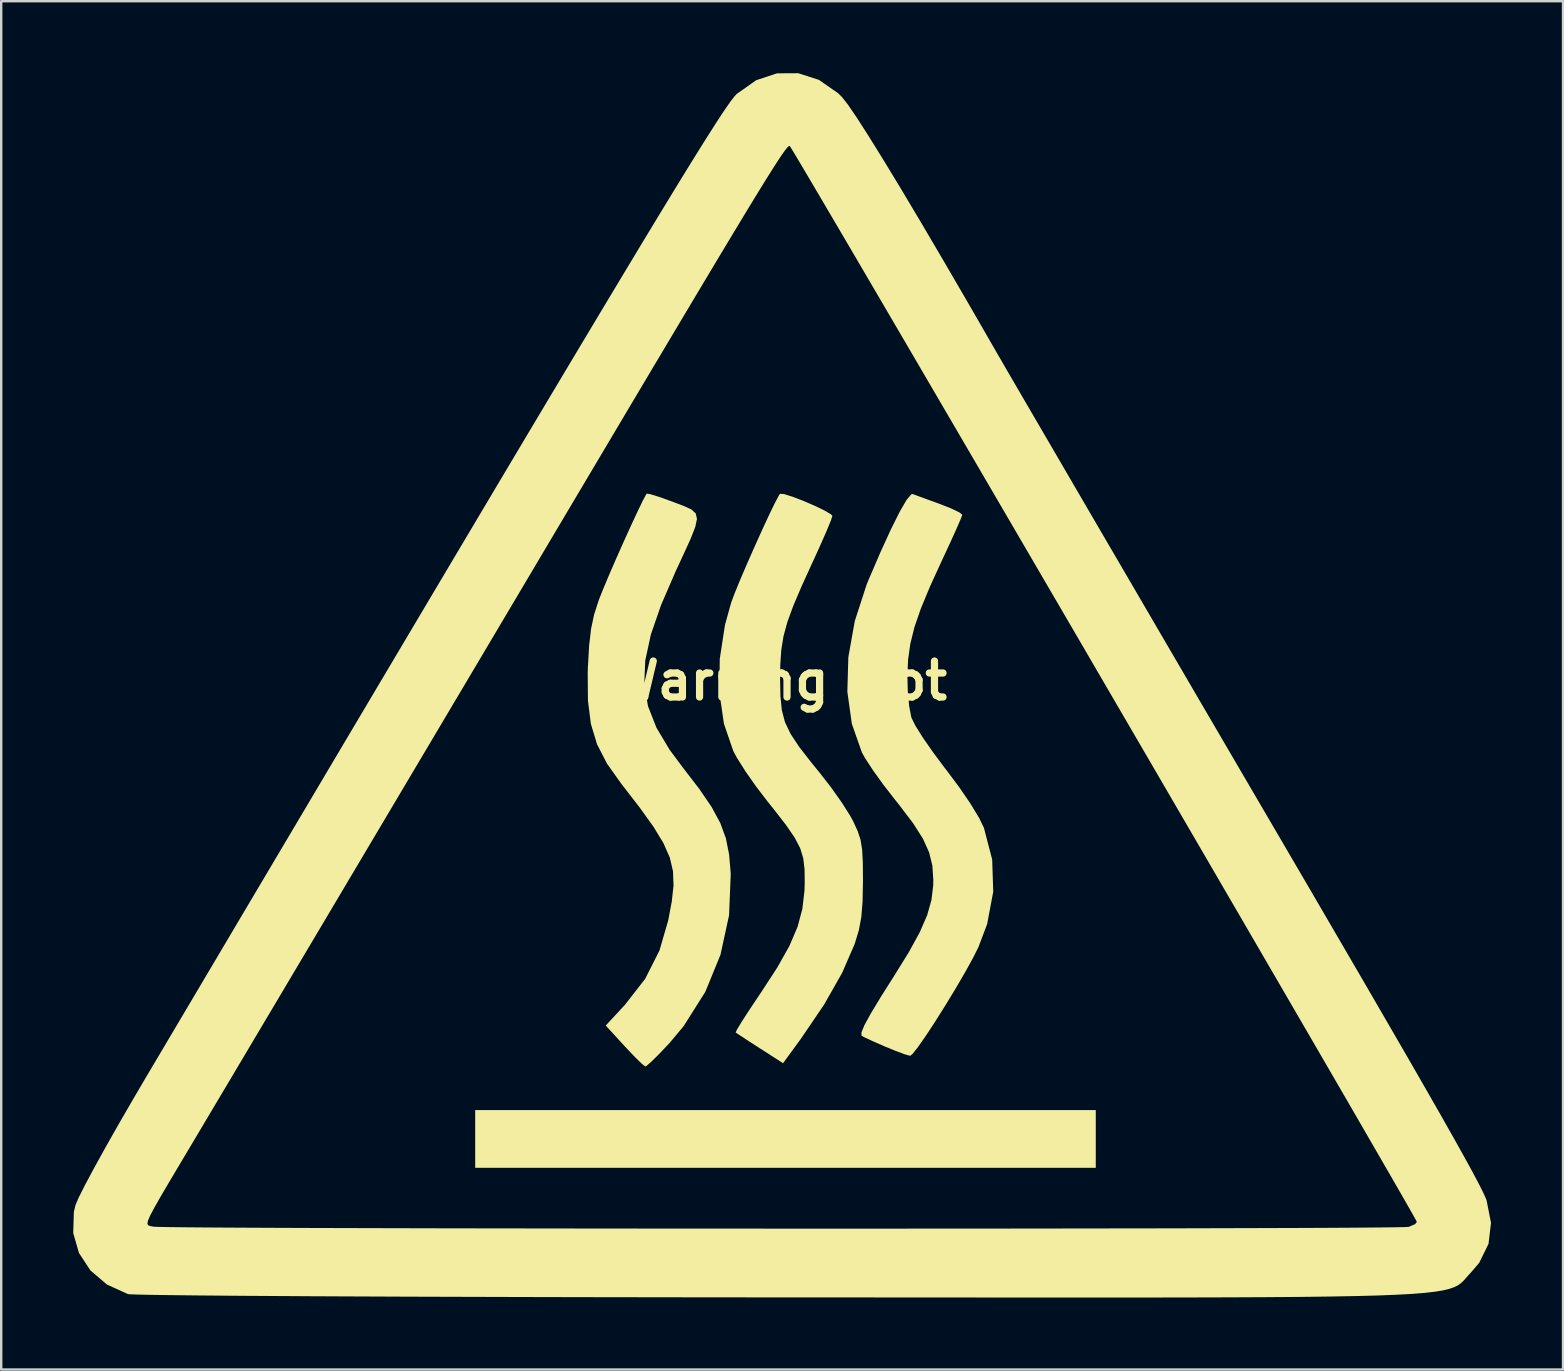
<source format=kicad_pcb>
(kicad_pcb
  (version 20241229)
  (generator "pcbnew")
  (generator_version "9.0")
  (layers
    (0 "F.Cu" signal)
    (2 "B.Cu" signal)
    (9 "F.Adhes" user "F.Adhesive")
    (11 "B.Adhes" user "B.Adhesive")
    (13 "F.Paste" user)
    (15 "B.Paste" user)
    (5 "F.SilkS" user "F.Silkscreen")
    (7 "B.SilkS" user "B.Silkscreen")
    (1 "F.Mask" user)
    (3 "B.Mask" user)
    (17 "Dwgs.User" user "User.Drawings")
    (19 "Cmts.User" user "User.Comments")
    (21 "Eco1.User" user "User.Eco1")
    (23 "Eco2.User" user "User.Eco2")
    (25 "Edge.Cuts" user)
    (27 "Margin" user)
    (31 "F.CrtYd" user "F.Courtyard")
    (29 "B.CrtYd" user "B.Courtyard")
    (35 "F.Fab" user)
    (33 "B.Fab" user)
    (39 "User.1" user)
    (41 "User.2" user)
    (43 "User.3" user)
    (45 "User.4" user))
  (footprint "Warning Hot"
    (layer "F.Cu")
    (at 29.52 25.307)
    (property "Reference" "Warning Hot" (at 0 0 0) (layer "F.SilkS") (effects (font (size 1.5 1.5) (thickness 0.3))))
    (attr board_only exclude_from_pos_files exclude_from_bom)
    (fp_poly (pts (xy 13.076 19.088) (xy 13.076 20.29) (xy 0.15 20.29) (xy -12.775 20.29) (xy -12.775 19.088) (xy -12.775 17.885) (xy 0.15 17.885) (xy 13.076 17.885)) (stroke (width 0) (type solid)) (fill yes) (layer "F.SilkS"))
    (fp_poly (pts (xy -5.476 -7.77) (xy -5.114 -7.658) (xy -4.616 -7.48) (xy -4.504 -7.438) (xy -4.07 -7.273) (xy -3.765 -7.132) (xy -3.588 -6.969) (xy -3.536 -6.74) (xy -3.609 -6.399) (xy -3.805 -5.903) (xy -4.123 -5.206) (xy -4.413 -4.584) (xy -5.03 -3.159) (xy -5.457 -1.925) (xy -5.691 -0.839) (xy -5.732 0.142) (xy -5.577 1.059) (xy -5.225 1.957) (xy -4.675 2.877) (xy -4.132 3.607) (xy -3.437 4.511) (xy -2.924 5.263) (xy -2.566 5.926) (xy -2.333 6.562) (xy -2.198 7.233) (xy -2.133 8.003) (xy -2.13 8.059) (xy -2.2 9.772) (xy -2.557 11.415) (xy -3.19 12.962) (xy -4.09 14.386) (xy -4.669 15.079) (xy -5.085 15.52) (xy -5.426 15.859) (xy -5.642 16.047) (xy -5.687 16.069) (xy -5.829 15.96) (xy -6.115 15.682) (xy -6.487 15.291) (xy -6.562 15.21) (xy -7.337 14.363) (xy -6.538 13.501) (xy -5.695 12.419) (xy -5.1 11.24) (xy -4.736 9.992) (xy -4.586 9.2) (xy -4.513 8.532) (xy -4.535 7.936) (xy -4.669 7.364) (xy -4.933 6.766) (xy -5.343 6.091) (xy -5.916 5.292) (xy -6.669 4.317) (xy -6.695 4.283) (xy -7.286 3.451) (xy -7.699 2.648) (xy -7.956 1.798) (xy -8.079 0.826) (xy -8.088 -0.345) (xy -8.08 -0.575) (xy -8.028 -1.471) (xy -7.947 -2.166) (xy -7.821 -2.757) (xy -7.632 -3.344) (xy -7.614 -3.393) (xy -7.442 -3.826) (xy -7.197 -4.408) (xy -6.905 -5.081) (xy -6.592 -5.786) (xy -6.283 -6.465) (xy -6.006 -7.06) (xy -5.787 -7.513) (xy -5.651 -7.766) (xy -5.631 -7.794)) (stroke (width 0) (type solid)) (fill yes) (layer "F.SilkS"))
    (fp_poly (pts (xy 5.68 -7.691) (xy 6.099 -7.538) (xy 6.575 -7.365) (xy 7.051 -7.177) (xy 7.389 -7.015) (xy 7.515 -6.916) (xy 7.454 -6.746) (xy 7.288 -6.36) (xy 7.041 -5.814) (xy 6.738 -5.161) (xy 6.698 -5.076) (xy 6.18 -3.946) (xy 5.794 -3.018) (xy 5.524 -2.237) (xy 5.351 -1.542) (xy 5.258 -0.878) (xy 5.228 -0.218) (xy 5.246 0.44) (xy 5.303 1.055) (xy 5.388 1.506) (xy 5.4 1.545) (xy 5.56 1.87) (xy 5.87 2.364) (xy 6.286 2.964) (xy 6.766 3.608) (xy 6.851 3.717) (xy 7.387 4.434) (xy 7.859 5.125) (xy 8.22 5.722) (xy 8.417 6.128) (xy 8.761 7.45) (xy 8.805 8.789) (xy 8.551 10.136) (xy 8.188 11.097) (xy 7.95 11.571) (xy 7.62 12.167) (xy 7.23 12.835) (xy 6.809 13.527) (xy 6.39 14.193) (xy 6.002 14.784) (xy 5.676 15.251) (xy 5.444 15.546) (xy 5.345 15.625) (xy 5.132 15.566) (xy 4.734 15.418) (xy 4.283 15.233) (xy 3.812 15.027) (xy 3.464 14.866) (xy 3.32 14.789) (xy 3.315 14.648) (xy 3.444 14.338) (xy 3.717 13.841) (xy 4.144 13.136) (xy 4.658 12.325) (xy 5.286 11.312) (xy 5.744 10.477) (xy 6.052 9.769) (xy 6.231 9.136) (xy 6.305 8.525) (xy 6.309 8.298) (xy 6.269 7.701) (xy 6.133 7.147) (xy 5.875 6.578) (xy 5.464 5.933) (xy 4.872 5.154) (xy 4.703 4.943) (xy 4.233 4.339) (xy 3.804 3.742) (xy 3.472 3.235) (xy 3.332 2.984) (xy 2.915 1.795) (xy 2.728 0.459) (xy 2.769 -0.982) (xy 3.037 -2.484) (xy 3.529 -4.002) (xy 3.606 -4.19) (xy 4.104 -5.348) (xy 4.54 -6.301) (xy 4.905 -7.033) (xy 5.19 -7.525) (xy 5.387 -7.761) (xy 5.449 -7.777)) (stroke (width 0) (type solid)) (fill yes) (layer "F.SilkS"))
    (fp_poly (pts (xy 0.092 -7.776) (xy 0.447 -7.664) (xy 0.904 -7.488) (xy 1.38 -7.283) (xy 1.79 -7.084) (xy 2.053 -6.926) (xy 2.104 -6.865) (xy 2.044 -6.678) (xy 1.879 -6.276) (xy 1.634 -5.715) (xy 1.333 -5.052) (xy 1.286 -4.953) (xy 0.82 -3.93) (xy 0.473 -3.115) (xy 0.228 -2.443) (xy 0.068 -1.854) (xy -0.024 -1.287) (xy -0.066 -0.678) (xy -0.074 -0.075) (xy -0.06 0.648) (xy -0.002 1.226) (xy 0.13 1.726) (xy 0.363 2.215) (xy 0.725 2.761) (xy 1.246 3.43) (xy 1.575 3.833) (xy 2.052 4.446) (xy 2.502 5.082) (xy 2.856 5.643) (xy 2.974 5.862) (xy 3.157 6.261) (xy 3.276 6.622) (xy 3.343 7.029) (xy 3.372 7.565) (xy 3.378 8.314) (xy 3.378 8.341) (xy 3.362 9.192) (xy 3.31 9.842) (xy 3.208 10.389) (xy 3.043 10.933) (xy 3.03 10.972) (xy 2.513 12.164) (xy 1.76 13.49) (xy 0.79 14.918) (xy 0.049 15.933) (xy -0.915 15.313) (xy -1.381 15.013) (xy -1.736 14.78) (xy -1.917 14.659) (xy -1.926 14.652) (xy -1.864 14.52) (xy -1.661 14.187) (xy -1.347 13.701) (xy -0.952 13.11) (xy -0.859 12.973) (xy -0.18 11.928) (xy 0.316 11.043) (xy 0.652 10.256) (xy 0.853 9.509) (xy 0.943 8.742) (xy 0.952 8.417) (xy 0.945 7.857) (xy 0.891 7.397) (xy 0.764 6.978) (xy 0.535 6.538) (xy 0.177 6.016) (xy -0.338 5.352) (xy -0.595 5.032) (xy -1.074 4.406) (xy -1.521 3.768) (xy -1.874 3.207) (xy -2.023 2.93) (xy -2.414 1.79) (xy -2.602 0.492) (xy -2.588 -0.901) (xy -2.37 -2.324) (xy -2.112 -3.254) (xy -1.969 -3.638) (xy -1.744 -4.188) (xy -1.462 -4.847) (xy -1.15 -5.555) (xy -0.835 -6.254) (xy -0.542 -6.886) (xy -0.298 -7.391) (xy -0.13 -7.71) (xy -0.078 -7.787)) (stroke (width 0) (type solid)) (fill yes) (layer "F.SilkS"))
    (fp_poly (pts (xy 1.543 -25.03) (xy 2.341 -24.475) (xy 2.502 -24.317) (xy 2.742 -24.012) (xy 3.12 -23.459) (xy 3.625 -22.671) (xy 4.25 -21.663) (xy 4.986 -20.45) (xy 5.823 -19.045) (xy 6.753 -17.463) (xy 7.768 -15.719) (xy 8.859 -13.827) (xy 8.945 -13.677) (xy 9.119 -13.377) (xy 9.428 -12.843) (xy 9.858 -12.104) (xy 10.393 -11.186) (xy 11.017 -10.116) (xy 11.714 -8.92) (xy 12.468 -7.626) (xy 13.265 -6.259) (xy 14.089 -4.848) (xy 14.923 -3.419) (xy 15.752 -1.998) (xy 16.561 -0.613) (xy 17.333 0.71) (xy 18.054 1.944) (xy 18.708 3.062) (xy 19.158 3.833) (xy 20.665 6.409) (xy 22.026 8.738) (xy 23.246 10.831) (xy 24.334 12.699) (xy 25.294 14.355) (xy 26.135 15.808) (xy 26.862 17.072) (xy 27.482 18.156) (xy 28.001 19.074) (xy 28.426 19.835) (xy 28.764 20.451) (xy 29.021 20.935) (xy 29.204 21.297) (xy 29.319 21.549) (xy 29.355 21.643) (xy 29.54 22.582) (xy 29.437 23.457) (xy 29.049 24.247) (xy 28.714 24.641) (xy 28.592 24.771) (xy 28.489 24.889) (xy 28.392 24.998) (xy 28.287 25.096) (xy 28.162 25.185) (xy 28.002 25.264) (xy 27.796 25.335) (xy 27.53 25.398) (xy 27.191 25.453) (xy 26.765 25.502) (xy 26.24 25.543) (xy 25.603 25.578) (xy 24.84 25.608) (xy 23.938 25.632) (xy 22.884 25.651) (xy 21.666 25.667) (xy 20.269 25.678) (xy 18.681 25.686) (xy 16.889 25.691) (xy 14.879 25.694) (xy 12.639 25.695) (xy 10.155 25.694) (xy 7.415 25.692) (xy 4.404 25.69) (xy 1.11 25.688) (xy -0.064 25.688) (xy -2.884 25.686) (xy -5.625 25.682) (xy -8.273 25.678) (xy -10.813 25.672) (xy -13.229 25.665) (xy -15.505 25.658) (xy -17.627 25.649) (xy -19.579 25.64) (xy -21.345 25.629) (xy -22.91 25.619) (xy -24.259 25.607) (xy -25.376 25.595) (xy -26.246 25.583) (xy -26.854 25.57) (xy -27.184 25.557) (xy -27.239 25.551) (xy -28.114 25.153) (xy -28.804 24.566) (xy -29.282 23.835) (xy -29.52 23.006) (xy -29.508 22.624) (xy -26.43 22.624) (xy -26.394 22.686) (xy -26.315 22.715) (xy -26.206 22.737) (xy -26.189 22.741) (xy -26.004 22.751) (xy -25.538 22.76) (xy -24.809 22.768) (xy -23.836 22.776) (xy -22.637 22.783) (xy -21.232 22.79) (xy -19.64 22.796) (xy -17.878 22.801) (xy -15.967 22.806) (xy -13.924 22.811) (xy -11.769 22.814) (xy -9.521 22.817) (xy -7.197 22.82) (xy -4.818 22.822) (xy -2.402 22.823) (xy 0.032 22.824) (xy 2.466 22.824) (xy 4.881 22.824) (xy 7.257 22.822) (xy 9.577 22.821) (xy 11.82 22.818) (xy 13.969 22.815) (xy 16.005 22.812) (xy 17.908 22.807) (xy 19.661 22.802) (xy 21.243 22.797) (xy 22.637 22.791) (xy 23.823 22.784) (xy 24.782 22.776) (xy 25.497 22.768) (xy 25.948 22.759) (xy 26.114 22.75) (xy 26.377 22.637) (xy 26.452 22.544) (xy 26.378 22.404) (xy 26.161 22.02) (xy 25.812 21.41) (xy 25.339 20.589) (xy 24.752 19.573) (xy 24.061 18.378) (xy 23.275 17.021) (xy 22.403 15.518) (xy 21.454 13.885) (xy 20.439 12.139) (xy 19.367 10.294) (xy 18.247 8.369) (xy 17.088 6.378) (xy 15.901 4.339) (xy 14.694 2.267) (xy 13.476 0.178) (xy 12.259 -1.911) (xy 11.049 -3.985) (xy 9.858 -6.026) (xy 8.695 -8.019) (xy 7.569 -9.947) (xy 6.489 -11.795) (xy 5.466 -13.546) (xy 4.507 -15.185) (xy 3.624 -16.693) (xy 2.825 -18.057) (xy 2.119 -19.258) (xy 1.517 -20.282) (xy 1.027 -21.112) (xy 0.66 -21.732) (xy 0.424 -22.125) (xy 0.328 -22.276) (xy 0.328 -22.277) (xy 0.296 -22.276) (xy 0.237 -22.224) (xy 0.143 -22.11) (xy 0.007 -21.92) (xy -0.178 -21.643) (xy -0.419 -21.266) (xy -0.724 -20.779) (xy -1.1 -20.168) (xy -1.554 -19.422) (xy -2.094 -18.528) (xy -2.727 -17.475) (xy -3.46 -16.25) (xy -4.3 -14.842) (xy -5.255 -13.239) (xy -6.333 -11.427) (xy -7.539 -9.396) (xy -8.883 -7.134) (xy -10.37 -4.627) (xy -10.752 -3.983) (xy -11.602 -2.551) (xy -12.541 -0.968) (xy -13.552 0.735) (xy -14.616 2.527) (xy -15.715 4.378) (xy -16.83 6.256) (xy -17.944 8.132) (xy -19.038 9.974) (xy -20.094 11.751) (xy -21.093 13.434) (xy -22.018 14.99) (xy -22.85 16.391) (xy -23.571 17.603) (xy -24.163 18.598) (xy -24.32 18.862) (xy -24.969 19.952) (xy -25.48 20.811) (xy -25.866 21.467) (xy -26.14 21.949) (xy -26.317 22.283) (xy -26.409 22.499) (xy -26.43 22.624) (xy -29.508 22.624) (xy -29.493 22.124) (xy -29.425 21.842) (xy -29.299 21.544) (xy -29.037 21.023) (xy -28.659 20.315) (xy -28.184 19.456) (xy -27.632 18.481) (xy -27.021 17.425) (xy -26.497 16.533) (xy -24.181 12.624) (xy -22.014 8.966) (xy -19.989 5.551) (xy -18.103 2.37) (xy -16.35 -0.584) (xy -14.726 -3.319) (xy -13.226 -5.843) (xy -11.845 -8.165) (xy -10.578 -10.293) (xy -9.42 -12.234) (xy -8.367 -13.996) (xy -7.413 -15.588) (xy -6.554 -17.018) (xy -5.786 -18.293) (xy -5.102 -19.422) (xy -4.499 -20.413) (xy -3.971 -21.274) (xy -3.514 -22.012) (xy -3.123 -22.636) (xy -2.793 -23.155) (xy -2.52 -23.575) (xy -2.297 -23.905) (xy -2.121 -24.153) (xy -1.987 -24.327) (xy -1.89 -24.436) (xy -1.88 -24.445) (xy -1.07 -25.015) (xy -0.203 -25.302) (xy 0.682 -25.307)) (stroke (width 0) (type solid)) (fill yes) (layer "F.SilkS")))
  (gr_rect
    (start -3 -3)
    (end 62.06 54.001)
    (stroke (width 0.1) (type default))
    (fill no)
    (layer "Edge.Cuts")))
</source>
